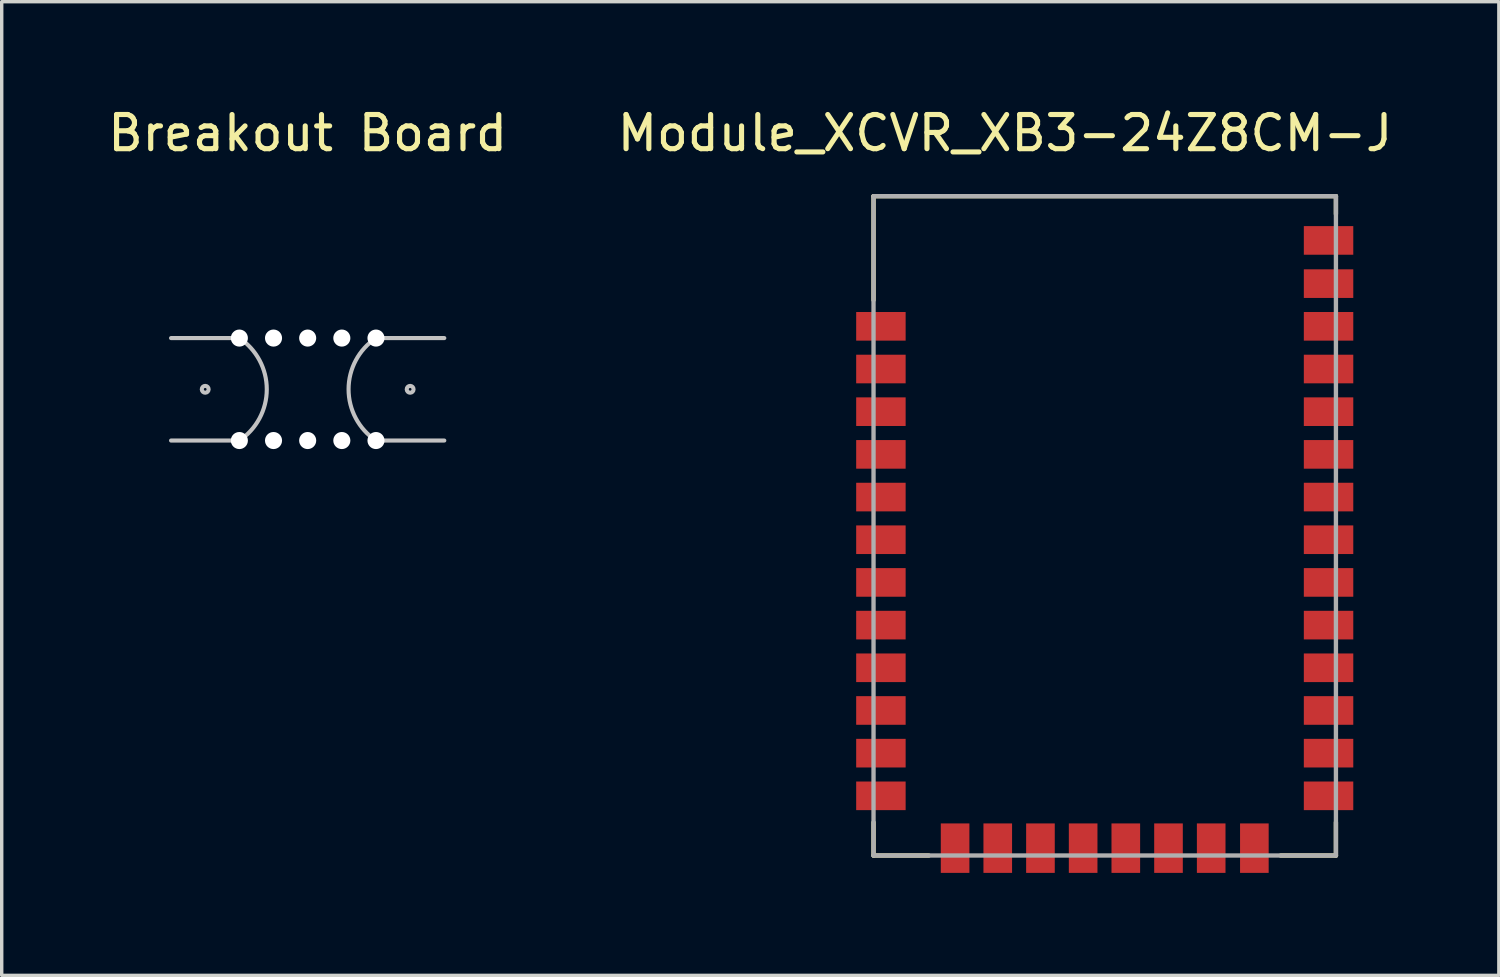
<source format=kicad_pcb>
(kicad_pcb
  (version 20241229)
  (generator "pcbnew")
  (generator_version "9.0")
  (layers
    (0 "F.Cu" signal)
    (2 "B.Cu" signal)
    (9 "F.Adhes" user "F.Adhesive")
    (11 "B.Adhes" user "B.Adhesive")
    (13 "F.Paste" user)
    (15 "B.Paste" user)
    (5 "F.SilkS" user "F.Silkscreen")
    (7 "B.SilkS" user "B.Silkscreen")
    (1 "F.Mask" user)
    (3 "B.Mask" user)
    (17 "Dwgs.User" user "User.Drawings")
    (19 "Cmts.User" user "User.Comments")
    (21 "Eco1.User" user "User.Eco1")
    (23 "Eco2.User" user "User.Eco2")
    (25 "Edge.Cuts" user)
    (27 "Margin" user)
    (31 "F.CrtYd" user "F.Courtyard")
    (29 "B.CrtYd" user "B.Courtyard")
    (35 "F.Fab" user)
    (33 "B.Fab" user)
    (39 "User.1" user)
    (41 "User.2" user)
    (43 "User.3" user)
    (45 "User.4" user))
  (footprint "Module_XCVR_XB3-24Z8CM-J"
    (layer "F.Cu")
    (at 29.294 12.346)
    (property "Reference" "Module_XCVR_XB3-24Z8CM-J" (at -2.919 -11.498 0) (layer "F.SilkS") (effects (font (size 1 1) (thickness 0.15))))
    (attr through_hole)
    (fp_line (start -6.769 -9.652) (end 6.769 -9.652) (stroke (width 0.127) (type solid)) (layer "F.SilkS"))
    (fp_line (start -6.769 -6.61) (end -6.769 -9.652) (stroke (width 0.127) (type solid)) (layer "F.SilkS"))
    (fp_line (start -6.769 8.68) (end -6.769 9.652) (stroke (width 0.127) (type solid)) (layer "F.SilkS"))
    (fp_line (start -6.769 9.652) (end -5.15 9.652) (stroke (width 0.127) (type solid)) (layer "F.SilkS"))
    (fp_line (start 5.15 9.652) (end 6.769 9.652) (stroke (width 0.127) (type solid)) (layer "F.SilkS"))
    (fp_line (start 6.769 -9.652) (end 6.769 -9.13) (stroke (width 0.127) (type solid)) (layer "F.SilkS"))
    (fp_line (start 6.769 9.652) (end 6.769 8.68) (stroke (width 0.127) (type solid)) (layer "F.SilkS"))
    (fp_line (start -6.769 -9.652) (end 6.769 -9.652) (stroke (width 0.127) (type solid)) (layer "F.Fab"))
    (fp_line (start -6.769 9.652) (end -6.769 -9.652) (stroke (width 0.127) (type solid)) (layer "F.Fab"))
    (fp_line (start 6.769 -9.652) (end 6.769 9.652) (stroke (width 0.127) (type solid)) (layer "F.Fab"))
    (fp_line (start 6.769 9.652) (end -6.769 9.652) (stroke (width 0.127) (type solid)) (layer "F.Fab"))
    (pad "1" smd rect (at -6.553 -5.842) (size 1.448 0.838) (layers "F.Cu" "F.Mask" "F.Paste"))
    (pad "2" smd rect (at -6.553 -4.592) (size 1.448 0.838) (layers "F.Cu" "F.Mask" "F.Paste"))
    (pad "3" smd rect (at -6.553 -3.343) (size 1.448 0.838) (layers "F.Cu" "F.Mask" "F.Paste"))
    (pad "4" smd rect (at -6.553 -2.093) (size 1.448 0.838) (layers "F.Cu" "F.Mask" "F.Paste"))
    (pad "5" smd rect (at -6.553 -0.843) (size 1.448 0.838) (layers "F.Cu" "F.Mask" "F.Paste"))
    (pad "6" smd rect (at -6.553 0.406) (size 1.448 0.838) (layers "F.Cu" "F.Mask" "F.Paste"))
    (pad "7" smd rect (at -6.553 1.656) (size 1.448 0.838) (layers "F.Cu" "F.Mask" "F.Paste"))
    (pad "8" smd rect (at -6.553 2.906) (size 1.448 0.838) (layers "F.Cu" "F.Mask" "F.Paste"))
    (pad "9" smd rect (at -6.553 4.155) (size 1.448 0.838) (layers "F.Cu" "F.Mask" "F.Paste"))
    (pad "10" smd rect (at -6.553 5.405) (size 1.448 0.838) (layers "F.Cu" "F.Mask" "F.Paste"))
    (pad "11" smd rect (at -6.553 6.655) (size 1.448 0.838) (layers "F.Cu" "F.Mask" "F.Paste"))
    (pad "12" smd rect (at -6.553 7.904) (size 1.448 0.838) (layers "F.Cu" "F.Mask" "F.Paste"))
    (pad "13" smd rect (at -4.381 9.436) (size 0.838 1.448) (layers "F.Cu" "F.Mask" "F.Paste"))
    (pad "14" smd rect (at -3.132 9.436) (size 0.838 1.448) (layers "F.Cu" "F.Mask" "F.Paste"))
    (pad "15" smd rect (at -1.882 9.436) (size 0.838 1.448) (layers "F.Cu" "F.Mask" "F.Paste"))
    (pad "16" smd rect (at -0.632 9.436) (size 0.838 1.448) (layers "F.Cu" "F.Mask" "F.Paste"))
    (pad "17" smd rect (at 0.617 9.436) (size 0.838 1.448) (layers "F.Cu" "F.Mask" "F.Paste"))
    (pad "18" smd rect (at 1.867 9.436) (size 0.838 1.448) (layers "F.Cu" "F.Mask" "F.Paste"))
    (pad "19" smd rect (at 3.117 9.436) (size 0.838 1.448) (layers "F.Cu" "F.Mask" "F.Paste"))
    (pad "20" smd rect (at 4.381 9.436) (size 0.838 1.448) (layers "F.Cu" "F.Mask" "F.Paste"))
    (pad "21" smd rect (at 6.553 7.904) (size 1.448 0.838) (layers "F.Cu" "F.Mask" "F.Paste"))
    (pad "22" smd rect (at 6.553 6.655) (size 1.448 0.838) (layers "F.Cu" "F.Mask" "F.Paste"))
    (pad "23" smd rect (at 6.553 5.405) (size 1.448 0.838) (layers "F.Cu" "F.Mask" "F.Paste"))
    (pad "24" smd rect (at 6.553 4.155) (size 1.448 0.838) (layers "F.Cu" "F.Mask" "F.Paste"))
    (pad "25" smd rect (at 6.553 2.906) (size 1.448 0.838) (layers "F.Cu" "F.Mask" "F.Paste"))
    (pad "26" smd rect (at 6.553 1.656) (size 1.448 0.838) (layers "F.Cu" "F.Mask" "F.Paste"))
    (pad "27" smd rect (at 6.553 0.406) (size 1.448 0.838) (layers "F.Cu" "F.Mask" "F.Paste"))
    (pad "28" smd rect (at 6.553 -0.843) (size 1.448 0.838) (layers "F.Cu" "F.Mask" "F.Paste"))
    (pad "29" smd rect (at 6.553 -2.093) (size 1.448 0.838) (layers "F.Cu" "F.Mask" "F.Paste"))
    (pad "30" smd rect (at 6.553 -3.343) (size 1.448 0.838) (layers "F.Cu" "F.Mask" "F.Paste"))
    (pad "31" smd rect (at 6.553 -4.592) (size 1.448 0.838) (layers "F.Cu" "F.Mask" "F.Paste"))
    (pad "32" smd rect (at 6.553 -5.842) (size 1.448 0.838) (layers "F.Cu" "F.Mask" "F.Paste"))
    (pad "33" smd rect (at 6.553 -7.092) (size 1.448 0.838) (layers "F.Cu" "F.Mask" "F.Paste"))
    (pad "34" smd rect (at 6.553 -8.357) (size 1.448 0.838) (layers "F.Cu" "F.Mask" "F.Paste")))
  (footprint "Breakout Board"
    (layer "F.Cu")
    (at 5.958 8.348)
    (property "Reference" "Breakout Board" (at 0 -7.5 0) (layer "F.SilkS") (effects (font (size 1 1) (thickness 0.15))))
    (attr through_hole)
    (fp_line (start -2 -1.5) (end -4 -1.5) (stroke (width 0.12) (type solid)) (layer "Dwgs.User"))
    (fp_line (start -2 1.5) (end -4 1.5) (stroke (width 0.12) (type solid)) (layer "Dwgs.User"))
    (fp_line (start 2 -1.5) (end 4 -1.5) (stroke (width 0.12) (type solid)) (layer "Dwgs.User"))
    (fp_line (start 2 1.5) (end 4 1.5) (stroke (width 0.12) (type solid)) (layer "Dwgs.User"))
    (fp_arc (start -2.000001 -1.499999) (mid -1.197226 0) (end -2.000001 1.499999) (stroke (width 0.12) (type solid)) (layer "Dwgs.User"))
    (fp_arc (start 2.000001 1.499999) (mid 1.197226 0) (end 2.000001 -1.499999) (stroke (width 0.12) (type solid)) (layer "Dwgs.User"))
    (fp_circle (center -3 0) (end -2.9 0) (stroke (width 0.12) (type solid)) (fill no) (layer "Dwgs.User"))
    (fp_circle (center 3 0) (end 3.1 0) (stroke (width 0.12) (type solid)) (fill no) (layer "Dwgs.User"))
    (pad "" np_thru_hole circle (at -2 -1.5) (size 0.5 0.5) (drill 0.5) (layers "*.Cu" "*.Mask"))
    (pad "" np_thru_hole circle (at -2 1.5) (size 0.5 0.5) (drill 0.5) (layers "*.Cu" "*.Mask"))
    (pad "" np_thru_hole circle (at -1 -1.5) (size 0.5 0.5) (drill 0.5) (layers "*.Cu" "*.Mask"))
    (pad "" np_thru_hole circle (at -1 1.5) (size 0.5 0.5) (drill 0.5) (layers "*.Cu" "*.Mask"))
    (pad "" np_thru_hole circle (at 0 -1.5) (size 0.5 0.5) (drill 0.5) (layers "*.Cu" "*.Mask"))
    (pad "" np_thru_hole circle (at 0 1.5) (size 0.5 0.5) (drill 0.5) (layers "*.Cu" "*.Mask"))
    (pad "" np_thru_hole circle (at 1 -1.5) (size 0.5 0.5) (drill 0.5) (layers "*.Cu" "*.Mask"))
    (pad "" np_thru_hole circle (at 1 1.5) (size 0.5 0.5) (drill 0.5) (layers "*.Cu" "*.Mask"))
    (pad "" np_thru_hole circle (at 2 -1.5) (size 0.5 0.5) (drill 0.5) (layers "*.Cu" "*.Mask"))
    (pad "" np_thru_hole circle (at 2 1.5) (size 0.5 0.5) (drill 0.5) (layers "*.Cu" "*.Mask")))
  (gr_rect
    (start -3 -3)
    (end 40.833 25.506)
    (stroke (width 0.1) (type default))
    (fill no)
    (layer "Edge.Cuts")))
</source>
